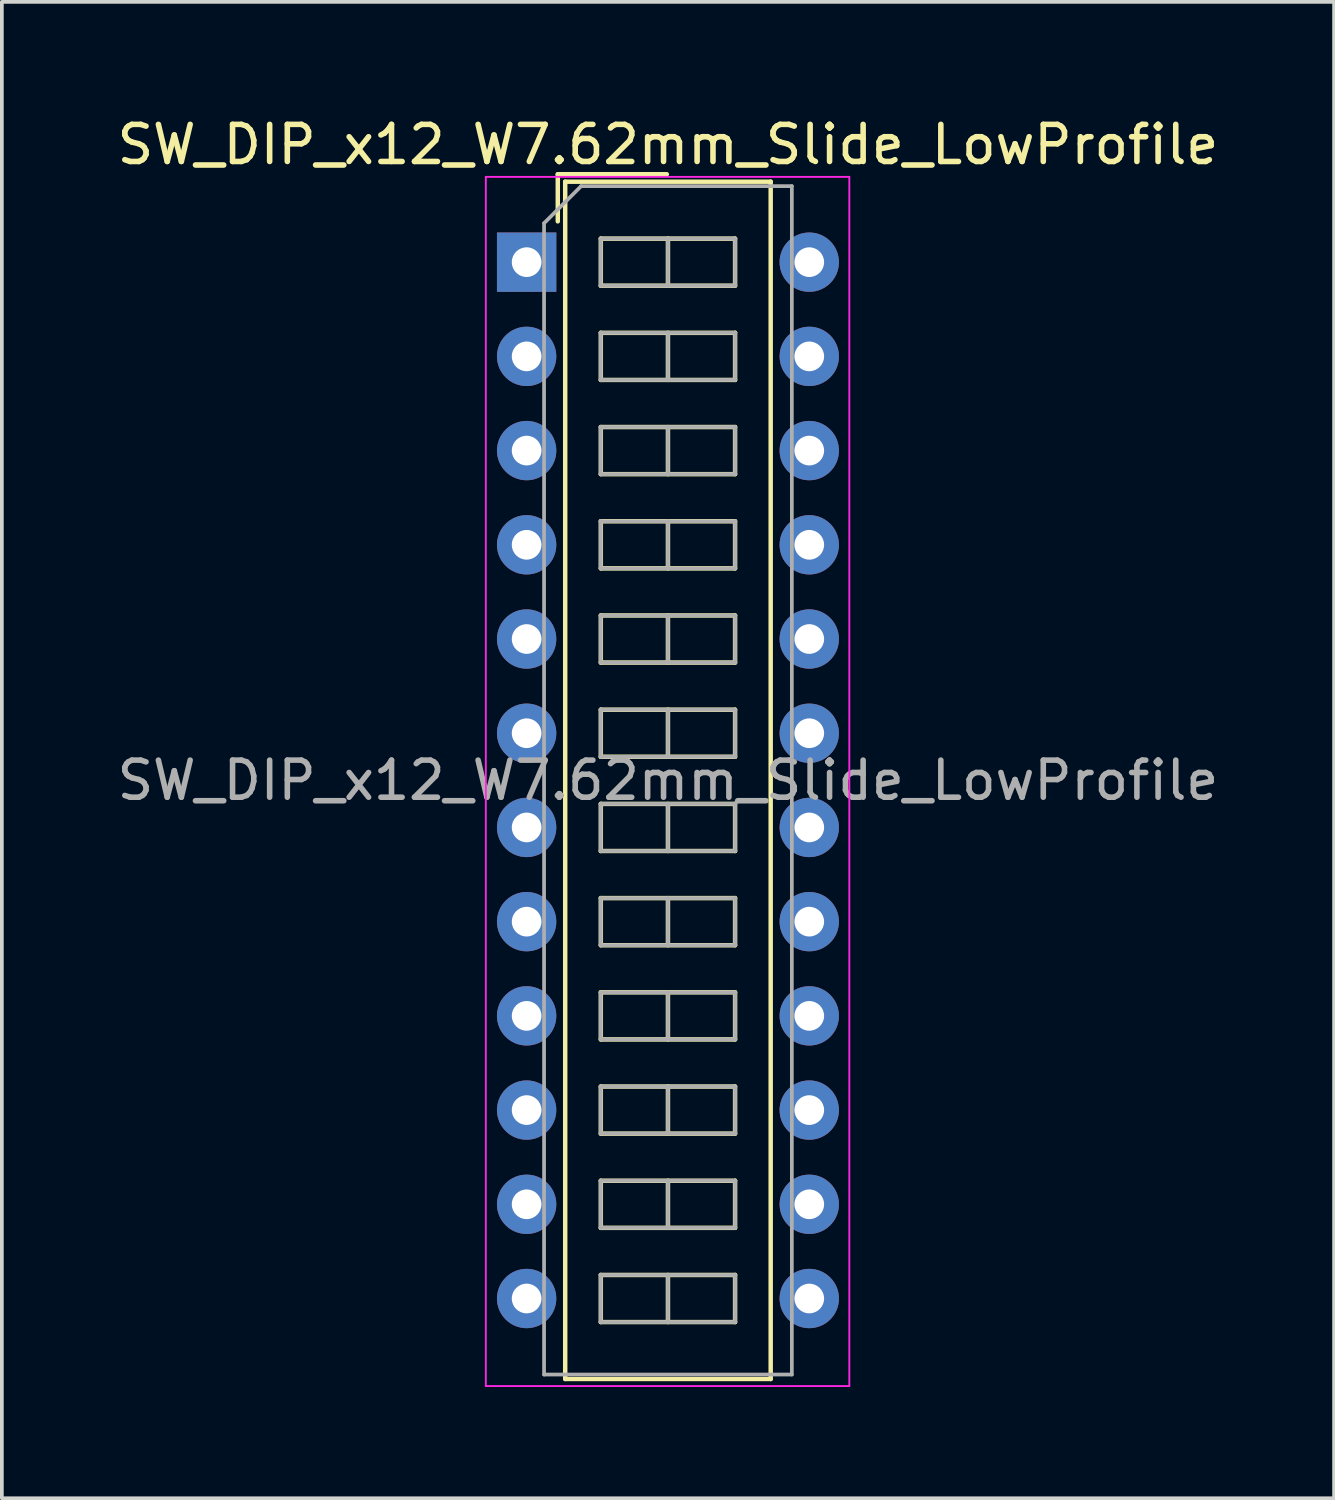
<source format=kicad_pcb>
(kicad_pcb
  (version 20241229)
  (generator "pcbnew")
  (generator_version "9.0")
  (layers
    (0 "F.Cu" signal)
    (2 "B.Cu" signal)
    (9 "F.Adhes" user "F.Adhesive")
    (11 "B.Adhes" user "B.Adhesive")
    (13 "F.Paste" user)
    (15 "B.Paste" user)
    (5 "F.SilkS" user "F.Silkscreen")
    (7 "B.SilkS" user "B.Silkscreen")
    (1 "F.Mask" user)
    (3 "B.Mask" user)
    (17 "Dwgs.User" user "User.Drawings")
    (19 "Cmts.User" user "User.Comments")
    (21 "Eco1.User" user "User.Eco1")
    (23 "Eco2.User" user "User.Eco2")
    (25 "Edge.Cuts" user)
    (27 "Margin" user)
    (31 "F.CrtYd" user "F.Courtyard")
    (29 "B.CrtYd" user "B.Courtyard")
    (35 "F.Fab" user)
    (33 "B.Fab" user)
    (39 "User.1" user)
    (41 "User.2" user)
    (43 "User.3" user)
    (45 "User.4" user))
  (footprint "SW_DIP_x12_W7.62mm_Slide_LowProfile"
    (layer "F.Cu")
    (at 11.148 4.018)
    (property "Reference" "SW_DIP_x12_W7.62mm_Slide_LowProfile" (at 3.81 -3.17 0) (layer "F.SilkS") (effects (font (size 1 1) (thickness 0.15))))
    (attr through_hole)
    (fp_line (start 0.84 -2.37) (end 0.84 -1.1) (stroke (width 0.12) (type solid)) (layer "F.SilkS"))
    (fp_line (start 0.84 -2.37) (end 3.78 -2.37) (stroke (width 0.12) (type solid)) (layer "F.SilkS"))
    (fp_line (start 1.04 -2.17) (end 6.58 -2.17) (stroke (width 0.12) (type solid)) (layer "F.SilkS"))
    (fp_line (start 1.04 30.11) (end 1.04 -2.17) (stroke (width 0.12) (type solid)) (layer "F.SilkS"))
    (fp_line (start 2 -0.635) (end 2 0.635) (stroke (width 0.12) (type solid)) (layer "F.SilkS"))
    (fp_line (start 2 0.635) (end 5.62 0.635) (stroke (width 0.12) (type solid)) (layer "F.SilkS"))
    (fp_line (start 2 1.905) (end 2 3.175) (stroke (width 0.12) (type solid)) (layer "F.SilkS"))
    (fp_line (start 2 3.175) (end 5.62 3.175) (stroke (width 0.12) (type solid)) (layer "F.SilkS"))
    (fp_line (start 2 4.445) (end 2 5.715) (stroke (width 0.12) (type solid)) (layer "F.SilkS"))
    (fp_line (start 2 5.715) (end 5.62 5.715) (stroke (width 0.12) (type solid)) (layer "F.SilkS"))
    (fp_line (start 2 6.985) (end 2 8.255) (stroke (width 0.12) (type solid)) (layer "F.SilkS"))
    (fp_line (start 2 8.255) (end 5.62 8.255) (stroke (width 0.12) (type solid)) (layer "F.SilkS"))
    (fp_line (start 2 9.525) (end 2 10.795) (stroke (width 0.12) (type solid)) (layer "F.SilkS"))
    (fp_line (start 2 10.795) (end 5.62 10.795) (stroke (width 0.12) (type solid)) (layer "F.SilkS"))
    (fp_line (start 2 12.065) (end 2 13.335) (stroke (width 0.12) (type solid)) (layer "F.SilkS"))
    (fp_line (start 2 13.335) (end 5.62 13.335) (stroke (width 0.12) (type solid)) (layer "F.SilkS"))
    (fp_line (start 2 14.605) (end 2 15.875) (stroke (width 0.12) (type solid)) (layer "F.SilkS"))
    (fp_line (start 2 15.875) (end 5.62 15.875) (stroke (width 0.12) (type solid)) (layer "F.SilkS"))
    (fp_line (start 2 17.145) (end 2 18.415) (stroke (width 0.12) (type solid)) (layer "F.SilkS"))
    (fp_line (start 2 18.415) (end 5.62 18.415) (stroke (width 0.12) (type solid)) (layer "F.SilkS"))
    (fp_line (start 2 19.685) (end 2 20.955) (stroke (width 0.12) (type solid)) (layer "F.SilkS"))
    (fp_line (start 2 20.955) (end 5.62 20.955) (stroke (width 0.12) (type solid)) (layer "F.SilkS"))
    (fp_line (start 2 22.225) (end 2 23.495) (stroke (width 0.12) (type solid)) (layer "F.SilkS"))
    (fp_line (start 2 23.495) (end 5.62 23.495) (stroke (width 0.12) (type solid)) (layer "F.SilkS"))
    (fp_line (start 2 24.765) (end 2 26.035) (stroke (width 0.12) (type solid)) (layer "F.SilkS"))
    (fp_line (start 2 26.035) (end 5.62 26.035) (stroke (width 0.12) (type solid)) (layer "F.SilkS"))
    (fp_line (start 2 27.305) (end 2 28.575) (stroke (width 0.12) (type solid)) (layer "F.SilkS"))
    (fp_line (start 2 28.575) (end 5.62 28.575) (stroke (width 0.12) (type solid)) (layer "F.SilkS"))
    (fp_line (start 3.81 -0.635) (end 3.81 0.635) (stroke (width 0.12) (type solid)) (layer "F.SilkS"))
    (fp_line (start 3.81 1.905) (end 3.81 3.175) (stroke (width 0.12) (type solid)) (layer "F.SilkS"))
    (fp_line (start 3.81 4.445) (end 3.81 5.715) (stroke (width 0.12) (type solid)) (layer "F.SilkS"))
    (fp_line (start 3.81 6.985) (end 3.81 8.255) (stroke (width 0.12) (type solid)) (layer "F.SilkS"))
    (fp_line (start 3.81 9.525) (end 3.81 10.795) (stroke (width 0.12) (type solid)) (layer "F.SilkS"))
    (fp_line (start 3.81 12.065) (end 3.81 13.335) (stroke (width 0.12) (type solid)) (layer "F.SilkS"))
    (fp_line (start 3.81 14.605) (end 3.81 15.875) (stroke (width 0.12) (type solid)) (layer "F.SilkS"))
    (fp_line (start 3.81 17.145) (end 3.81 18.415) (stroke (width 0.12) (type solid)) (layer "F.SilkS"))
    (fp_line (start 3.81 19.685) (end 3.81 20.955) (stroke (width 0.12) (type solid)) (layer "F.SilkS"))
    (fp_line (start 3.81 22.225) (end 3.81 23.495) (stroke (width 0.12) (type solid)) (layer "F.SilkS"))
    (fp_line (start 3.81 24.765) (end 3.81 26.035) (stroke (width 0.12) (type solid)) (layer "F.SilkS"))
    (fp_line (start 3.81 27.305) (end 3.81 28.575) (stroke (width 0.12) (type solid)) (layer "F.SilkS"))
    (fp_line (start 5.62 -0.635) (end 2 -0.635) (stroke (width 0.12) (type solid)) (layer "F.SilkS"))
    (fp_line (start 5.62 0.635) (end 5.62 -0.635) (stroke (width 0.12) (type solid)) (layer "F.SilkS"))
    (fp_line (start 5.62 1.905) (end 2 1.905) (stroke (width 0.12) (type solid)) (layer "F.SilkS"))
    (fp_line (start 5.62 3.175) (end 5.62 1.905) (stroke (width 0.12) (type solid)) (layer "F.SilkS"))
    (fp_line (start 5.62 4.445) (end 2 4.445) (stroke (width 0.12) (type solid)) (layer "F.SilkS"))
    (fp_line (start 5.62 5.715) (end 5.62 4.445) (stroke (width 0.12) (type solid)) (layer "F.SilkS"))
    (fp_line (start 5.62 6.985) (end 2 6.985) (stroke (width 0.12) (type solid)) (layer "F.SilkS"))
    (fp_line (start 5.62 8.255) (end 5.62 6.985) (stroke (width 0.12) (type solid)) (layer "F.SilkS"))
    (fp_line (start 5.62 9.525) (end 2 9.525) (stroke (width 0.12) (type solid)) (layer "F.SilkS"))
    (fp_line (start 5.62 10.795) (end 5.62 9.525) (stroke (width 0.12) (type solid)) (layer "F.SilkS"))
    (fp_line (start 5.62 12.065) (end 2 12.065) (stroke (width 0.12) (type solid)) (layer "F.SilkS"))
    (fp_line (start 5.62 13.335) (end 5.62 12.065) (stroke (width 0.12) (type solid)) (layer "F.SilkS"))
    (fp_line (start 5.62 14.605) (end 2 14.605) (stroke (width 0.12) (type solid)) (layer "F.SilkS"))
    (fp_line (start 5.62 15.875) (end 5.62 14.605) (stroke (width 0.12) (type solid)) (layer "F.SilkS"))
    (fp_line (start 5.62 17.145) (end 2 17.145) (stroke (width 0.12) (type solid)) (layer "F.SilkS"))
    (fp_line (start 5.62 18.415) (end 5.62 17.145) (stroke (width 0.12) (type solid)) (layer "F.SilkS"))
    (fp_line (start 5.62 19.685) (end 2 19.685) (stroke (width 0.12) (type solid)) (layer "F.SilkS"))
    (fp_line (start 5.62 20.955) (end 5.62 19.685) (stroke (width 0.12) (type solid)) (layer "F.SilkS"))
    (fp_line (start 5.62 22.225) (end 2 22.225) (stroke (width 0.12) (type solid)) (layer "F.SilkS"))
    (fp_line (start 5.62 23.495) (end 5.62 22.225) (stroke (width 0.12) (type solid)) (layer "F.SilkS"))
    (fp_line (start 5.62 24.765) (end 2 24.765) (stroke (width 0.12) (type solid)) (layer "F.SilkS"))
    (fp_line (start 5.62 26.035) (end 5.62 24.765) (stroke (width 0.12) (type solid)) (layer "F.SilkS"))
    (fp_line (start 5.62 27.305) (end 2 27.305) (stroke (width 0.12) (type solid)) (layer "F.SilkS"))
    (fp_line (start 5.62 28.575) (end 5.62 27.305) (stroke (width 0.12) (type solid)) (layer "F.SilkS"))
    (fp_line (start 6.58 -2.17) (end 6.58 30.11) (stroke (width 0.12) (type solid)) (layer "F.SilkS"))
    (fp_line (start 6.58 30.11) (end 1.04 30.11) (stroke (width 0.12) (type solid)) (layer "F.SilkS"))
    (fp_line (start -1.1 -2.3) (end -1.1 30.3) (stroke (width 0.05) (type solid)) (layer "F.CrtYd"))
    (fp_line (start -1.1 30.3) (end 8.7 30.3) (stroke (width 0.05) (type solid)) (layer "F.CrtYd"))
    (fp_line (start 8.7 -2.3) (end -1.1 -2.3) (stroke (width 0.05) (type solid)) (layer "F.CrtYd"))
    (fp_line (start 8.7 30.3) (end 8.7 -2.3) (stroke (width 0.05) (type solid)) (layer "F.CrtYd"))
    (fp_line (start 0.47 -1.05) (end 1.47 -2.05) (stroke (width 0.1) (type solid)) (layer "F.Fab"))
    (fp_line (start 0.47 29.99) (end 0.47 -1.05) (stroke (width 0.1) (type solid)) (layer "F.Fab"))
    (fp_line (start 1.47 -2.05) (end 7.15 -2.05) (stroke (width 0.1) (type solid)) (layer "F.Fab"))
    (fp_line (start 2 -0.635) (end 2 0.635) (stroke (width 0.1) (type solid)) (layer "F.Fab"))
    (fp_line (start 2 0.635) (end 5.62 0.635) (stroke (width 0.1) (type solid)) (layer "F.Fab"))
    (fp_line (start 2 1.905) (end 2 3.175) (stroke (width 0.1) (type solid)) (layer "F.Fab"))
    (fp_line (start 2 3.175) (end 5.62 3.175) (stroke (width 0.1) (type solid)) (layer "F.Fab"))
    (fp_line (start 2 4.445) (end 2 5.715) (stroke (width 0.1) (type solid)) (layer "F.Fab"))
    (fp_line (start 2 5.715) (end 5.62 5.715) (stroke (width 0.1) (type solid)) (layer "F.Fab"))
    (fp_line (start 2 6.985) (end 2 8.255) (stroke (width 0.1) (type solid)) (layer "F.Fab"))
    (fp_line (start 2 8.255) (end 5.62 8.255) (stroke (width 0.1) (type solid)) (layer "F.Fab"))
    (fp_line (start 2 9.525) (end 2 10.795) (stroke (width 0.1) (type solid)) (layer "F.Fab"))
    (fp_line (start 2 10.795) (end 5.62 10.795) (stroke (width 0.1) (type solid)) (layer "F.Fab"))
    (fp_line (start 2 12.065) (end 2 13.335) (stroke (width 0.1) (type solid)) (layer "F.Fab"))
    (fp_line (start 2 13.335) (end 5.62 13.335) (stroke (width 0.1) (type solid)) (layer "F.Fab"))
    (fp_line (start 2 14.605) (end 2 15.875) (stroke (width 0.1) (type solid)) (layer "F.Fab"))
    (fp_line (start 2 15.875) (end 5.62 15.875) (stroke (width 0.1) (type solid)) (layer "F.Fab"))
    (fp_line (start 2 17.145) (end 2 18.415) (stroke (width 0.1) (type solid)) (layer "F.Fab"))
    (fp_line (start 2 18.415) (end 5.62 18.415) (stroke (width 0.1) (type solid)) (layer "F.Fab"))
    (fp_line (start 2 19.685) (end 2 20.955) (stroke (width 0.1) (type solid)) (layer "F.Fab"))
    (fp_line (start 2 20.955) (end 5.62 20.955) (stroke (width 0.1) (type solid)) (layer "F.Fab"))
    (fp_line (start 2 22.225) (end 2 23.495) (stroke (width 0.1) (type solid)) (layer "F.Fab"))
    (fp_line (start 2 23.495) (end 5.62 23.495) (stroke (width 0.1) (type solid)) (layer "F.Fab"))
    (fp_line (start 2 24.765) (end 2 26.035) (stroke (width 0.1) (type solid)) (layer "F.Fab"))
    (fp_line (start 2 26.035) (end 5.62 26.035) (stroke (width 0.1) (type solid)) (layer "F.Fab"))
    (fp_line (start 2 27.305) (end 2 28.575) (stroke (width 0.1) (type solid)) (layer "F.Fab"))
    (fp_line (start 2 28.575) (end 5.62 28.575) (stroke (width 0.1) (type solid)) (layer "F.Fab"))
    (fp_line (start 3.81 -0.635) (end 3.81 0.635) (stroke (width 0.1) (type solid)) (layer "F.Fab"))
    (fp_line (start 3.81 1.905) (end 3.81 3.175) (stroke (width 0.1) (type solid)) (layer "F.Fab"))
    (fp_line (start 3.81 4.445) (end 3.81 5.715) (stroke (width 0.1) (type solid)) (layer "F.Fab"))
    (fp_line (start 3.81 6.985) (end 3.81 8.255) (stroke (width 0.1) (type solid)) (layer "F.Fab"))
    (fp_line (start 3.81 9.525) (end 3.81 10.795) (stroke (width 0.1) (type solid)) (layer "F.Fab"))
    (fp_line (start 3.81 12.065) (end 3.81 13.335) (stroke (width 0.1) (type solid)) (layer "F.Fab"))
    (fp_line (start 3.81 14.605) (end 3.81 15.875) (stroke (width 0.1) (type solid)) (layer "F.Fab"))
    (fp_line (start 3.81 17.145) (end 3.81 18.415) (stroke (width 0.1) (type solid)) (layer "F.Fab"))
    (fp_line (start 3.81 19.685) (end 3.81 20.955) (stroke (width 0.1) (type solid)) (layer "F.Fab"))
    (fp_line (start 3.81 22.225) (end 3.81 23.495) (stroke (width 0.1) (type solid)) (layer "F.Fab"))
    (fp_line (start 3.81 24.765) (end 3.81 26.035) (stroke (width 0.1) (type solid)) (layer "F.Fab"))
    (fp_line (start 3.81 27.305) (end 3.81 28.575) (stroke (width 0.1) (type solid)) (layer "F.Fab"))
    (fp_line (start 5.62 -0.635) (end 2 -0.635) (stroke (width 0.1) (type solid)) (layer "F.Fab"))
    (fp_line (start 5.62 0.635) (end 5.62 -0.635) (stroke (width 0.1) (type solid)) (layer "F.Fab"))
    (fp_line (start 5.62 1.905) (end 2 1.905) (stroke (width 0.1) (type solid)) (layer "F.Fab"))
    (fp_line (start 5.62 3.175) (end 5.62 1.905) (stroke (width 0.1) (type solid)) (layer "F.Fab"))
    (fp_line (start 5.62 4.445) (end 2 4.445) (stroke (width 0.1) (type solid)) (layer "F.Fab"))
    (fp_line (start 5.62 5.715) (end 5.62 4.445) (stroke (width 0.1) (type solid)) (layer "F.Fab"))
    (fp_line (start 5.62 6.985) (end 2 6.985) (stroke (width 0.1) (type solid)) (layer "F.Fab"))
    (fp_line (start 5.62 8.255) (end 5.62 6.985) (stroke (width 0.1) (type solid)) (layer "F.Fab"))
    (fp_line (start 5.62 9.525) (end 2 9.525) (stroke (width 0.1) (type solid)) (layer "F.Fab"))
    (fp_line (start 5.62 10.795) (end 5.62 9.525) (stroke (width 0.1) (type solid)) (layer "F.Fab"))
    (fp_line (start 5.62 12.065) (end 2 12.065) (stroke (width 0.1) (type solid)) (layer "F.Fab"))
    (fp_line (start 5.62 13.335) (end 5.62 12.065) (stroke (width 0.1) (type solid)) (layer "F.Fab"))
    (fp_line (start 5.62 14.605) (end 2 14.605) (stroke (width 0.1) (type solid)) (layer "F.Fab"))
    (fp_line (start 5.62 15.875) (end 5.62 14.605) (stroke (width 0.1) (type solid)) (layer "F.Fab"))
    (fp_line (start 5.62 17.145) (end 2 17.145) (stroke (width 0.1) (type solid)) (layer "F.Fab"))
    (fp_line (start 5.62 18.415) (end 5.62 17.145) (stroke (width 0.1) (type solid)) (layer "F.Fab"))
    (fp_line (start 5.62 19.685) (end 2 19.685) (stroke (width 0.1) (type solid)) (layer "F.Fab"))
    (fp_line (start 5.62 20.955) (end 5.62 19.685) (stroke (width 0.1) (type solid)) (layer "F.Fab"))
    (fp_line (start 5.62 22.225) (end 2 22.225) (stroke (width 0.1) (type solid)) (layer "F.Fab"))
    (fp_line (start 5.62 23.495) (end 5.62 22.225) (stroke (width 0.1) (type solid)) (layer "F.Fab"))
    (fp_line (start 5.62 24.765) (end 2 24.765) (stroke (width 0.1) (type solid)) (layer "F.Fab"))
    (fp_line (start 5.62 26.035) (end 5.62 24.765) (stroke (width 0.1) (type solid)) (layer "F.Fab"))
    (fp_line (start 5.62 27.305) (end 2 27.305) (stroke (width 0.1) (type solid)) (layer "F.Fab"))
    (fp_line (start 5.62 28.575) (end 5.62 27.305) (stroke (width 0.1) (type solid)) (layer "F.Fab"))
    (fp_line (start 7.15 -2.05) (end 7.15 29.99) (stroke (width 0.1) (type solid)) (layer "F.Fab"))
    (fp_line (start 7.15 29.99) (end 0.47 29.99) (stroke (width 0.1) (type solid)) (layer "F.Fab"))
    (fp_text user "${REFERENCE}" (at 3.81 13.97 0) (layer "F.Fab") (effects (font (size 1 1) (thickness 0.15))))
    (pad "1" thru_hole rect (at 0 0) (size 1.6 1.6) (drill 0.8) (layers "*.Cu" "*.Mask"))
    (pad "2" thru_hole oval (at 0 2.54) (size 1.6 1.6) (drill 0.8) (layers "*.Cu" "*.Mask"))
    (pad "3" thru_hole oval (at 0 5.08) (size 1.6 1.6) (drill 0.8) (layers "*.Cu" "*.Mask"))
    (pad "4" thru_hole oval (at 0 7.62) (size 1.6 1.6) (drill 0.8) (layers "*.Cu" "*.Mask"))
    (pad "5" thru_hole oval (at 0 10.16) (size 1.6 1.6) (drill 0.8) (layers "*.Cu" "*.Mask"))
    (pad "6" thru_hole oval (at 0 12.7) (size 1.6 1.6) (drill 0.8) (layers "*.Cu" "*.Mask"))
    (pad "7" thru_hole oval (at 0 15.24) (size 1.6 1.6) (drill 0.8) (layers "*.Cu" "*.Mask"))
    (pad "8" thru_hole oval (at 0 17.78) (size 1.6 1.6) (drill 0.8) (layers "*.Cu" "*.Mask"))
    (pad "9" thru_hole oval (at 0 20.32) (size 1.6 1.6) (drill 0.8) (layers "*.Cu" "*.Mask"))
    (pad "10" thru_hole oval (at 0 22.86) (size 1.6 1.6) (drill 0.8) (layers "*.Cu" "*.Mask"))
    (pad "11" thru_hole oval (at 0 25.4) (size 1.6 1.6) (drill 0.8) (layers "*.Cu" "*.Mask"))
    (pad "12" thru_hole oval (at 0 27.94) (size 1.6 1.6) (drill 0.8) (layers "*.Cu" "*.Mask"))
    (pad "13" thru_hole oval (at 7.62 27.94) (size 1.6 1.6) (drill 0.8) (layers "*.Cu" "*.Mask"))
    (pad "14" thru_hole oval (at 7.62 25.4) (size 1.6 1.6) (drill 0.8) (layers "*.Cu" "*.Mask"))
    (pad "15" thru_hole oval (at 7.62 22.86) (size 1.6 1.6) (drill 0.8) (layers "*.Cu" "*.Mask"))
    (pad "16" thru_hole oval (at 7.62 20.32) (size 1.6 1.6) (drill 0.8) (layers "*.Cu" "*.Mask"))
    (pad "17" thru_hole oval (at 7.62 17.78) (size 1.6 1.6) (drill 0.8) (layers "*.Cu" "*.Mask"))
    (pad "18" thru_hole oval (at 7.62 15.24) (size 1.6 1.6) (drill 0.8) (layers "*.Cu" "*.Mask"))
    (pad "19" thru_hole oval (at 7.62 12.7) (size 1.6 1.6) (drill 0.8) (layers "*.Cu" "*.Mask"))
    (pad "20" thru_hole oval (at 7.62 10.16) (size 1.6 1.6) (drill 0.8) (layers "*.Cu" "*.Mask"))
    (pad "21" thru_hole oval (at 7.62 7.62) (size 1.6 1.6) (drill 0.8) (layers "*.Cu" "*.Mask"))
    (pad "22" thru_hole oval (at 7.62 5.08) (size 1.6 1.6) (drill 0.8) (layers "*.Cu" "*.Mask"))
    (pad "23" thru_hole oval (at 7.62 2.54) (size 1.6 1.6) (drill 0.8) (layers "*.Cu" "*.Mask"))
    (pad "24" thru_hole oval (at 7.62 0) (size 1.6 1.6) (drill 0.8) (layers "*.Cu" "*.Mask")))
  (gr_rect
    (start -3 -3)
    (end 32.917 37.343)
    (stroke (width 0.1) (type default))
    (fill no)
    (layer "Edge.Cuts")))
</source>
